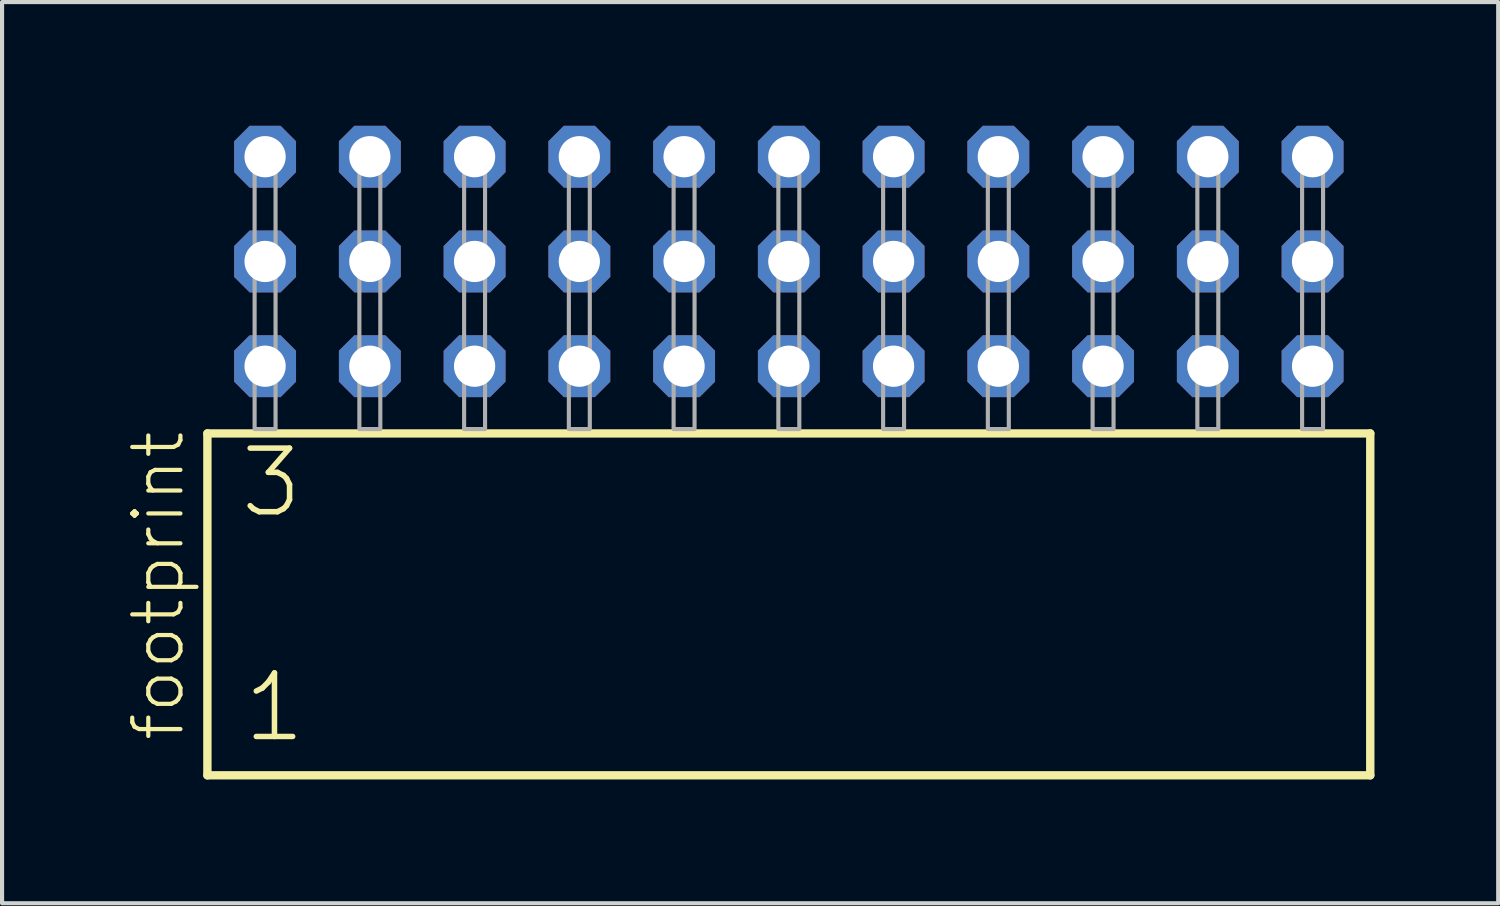
<source format=kicad_pcb>
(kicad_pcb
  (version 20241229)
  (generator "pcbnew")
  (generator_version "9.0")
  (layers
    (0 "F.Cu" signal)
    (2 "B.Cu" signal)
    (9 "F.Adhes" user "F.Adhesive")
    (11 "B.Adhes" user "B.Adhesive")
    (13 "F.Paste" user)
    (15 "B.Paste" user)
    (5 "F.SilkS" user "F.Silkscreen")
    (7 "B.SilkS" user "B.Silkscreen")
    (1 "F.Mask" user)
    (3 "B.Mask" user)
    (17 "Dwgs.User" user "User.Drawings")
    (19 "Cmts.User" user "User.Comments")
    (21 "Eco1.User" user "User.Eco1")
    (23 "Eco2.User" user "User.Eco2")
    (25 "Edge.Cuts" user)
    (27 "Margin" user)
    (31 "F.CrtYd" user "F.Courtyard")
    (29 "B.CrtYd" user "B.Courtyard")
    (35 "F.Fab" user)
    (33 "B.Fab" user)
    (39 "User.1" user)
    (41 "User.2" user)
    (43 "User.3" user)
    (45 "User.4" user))
  (footprint "footprint"
    (layer "F.Cu")
    (at 16.078 7.354)
    (property "Reference" "footprint" (at -14.605 7.62 90) (layer "F.SilkS") (effects (font (size 1.168 1.168) (thickness 0.102)) (justify left bottom)))
    (fp_line (start -14.099 0.106) (end -14.099 8.396) (stroke (width 0.203) (type solid)) (layer "F.SilkS"))
    (fp_line (start -14.099 8.396) (end 14.099 8.396) (stroke (width 0.203) (type solid)) (layer "F.SilkS"))
    (fp_line (start 14.099 0.106) (end -14.099 0.106) (stroke (width 0.203) (type solid)) (layer "F.SilkS"))
    (fp_line (start 14.099 8.396) (end 14.099 0.106) (stroke (width 0.203) (type solid)) (layer "F.SilkS"))
    (fp_poly (pts (xy -12.954 0) (xy -12.446 0) (xy -12.446 -6.858) (xy -12.954 -6.858)) (stroke (width 0.1) (type solid)) (fill no) (layer "F.Fab"))
    (fp_poly (pts (xy -10.414 0) (xy -9.906 0) (xy -9.906 -6.858) (xy -10.414 -6.858)) (stroke (width 0.1) (type solid)) (fill no) (layer "F.Fab"))
    (fp_poly (pts (xy -7.874 0) (xy -7.366 0) (xy -7.366 -6.858) (xy -7.874 -6.858)) (stroke (width 0.1) (type solid)) (fill no) (layer "F.Fab"))
    (fp_poly (pts (xy -5.334 0) (xy -4.826 0) (xy -4.826 -6.858) (xy -5.334 -6.858)) (stroke (width 0.1) (type solid)) (fill no) (layer "F.Fab"))
    (fp_poly (pts (xy -2.794 0) (xy -2.286 0) (xy -2.286 -6.858) (xy -2.794 -6.858)) (stroke (width 0.1) (type solid)) (fill no) (layer "F.Fab"))
    (fp_poly (pts (xy -0.254 0) (xy 0.254 0) (xy 0.254 -6.858) (xy -0.254 -6.858)) (stroke (width 0.1) (type solid)) (fill no) (layer "F.Fab"))
    (fp_poly (pts (xy 2.286 0) (xy 2.794 0) (xy 2.794 -6.858) (xy 2.286 -6.858)) (stroke (width 0.1) (type solid)) (fill no) (layer "F.Fab"))
    (fp_poly (pts (xy 4.826 0) (xy 5.334 0) (xy 5.334 -6.858) (xy 4.826 -6.858)) (stroke (width 0.1) (type solid)) (fill no) (layer "F.Fab"))
    (fp_poly (pts (xy 7.366 0) (xy 7.874 0) (xy 7.874 -6.858) (xy 7.366 -6.858)) (stroke (width 0.1) (type solid)) (fill no) (layer "F.Fab"))
    (fp_poly (pts (xy 9.906 0) (xy 10.414 0) (xy 10.414 -6.858) (xy 9.906 -6.858)) (stroke (width 0.1) (type solid)) (fill no) (layer "F.Fab"))
    (fp_poly (pts (xy 12.446 0) (xy 12.954 0) (xy 12.954 -6.858) (xy 12.446 -6.858)) (stroke (width 0.1) (type solid)) (fill no) (layer "F.Fab"))
    (fp_text user "3" (at -13.37 2.2 0) (layer "F.SilkS") (effects (font (size 1.542 1.542) (thickness 0.134)) (justify left bottom)))
    (fp_text user "1" (at -13.295 7.65 0) (layer "F.SilkS") (effects (font (size 1.542 1.542) (thickness 0.134)) (justify left bottom)))
    (pad "1" thru_hole roundrect (at -12.7 -1.524) (size 1.5 1.5) (drill 1) (layers "*.Cu" "*.Mask") (roundrect_rratio 0.25) (chamfer_ratio 0.25) (chamfer top_left top_right bottom_left bottom_right))
    (pad "2" thru_hole roundrect (at -12.7 -4.064) (size 1.5 1.5) (drill 1) (layers "*.Cu" "*.Mask") (roundrect_rratio 0.25) (chamfer_ratio 0.25) (chamfer top_left top_right bottom_left bottom_right))
    (pad "3" thru_hole roundrect (at -12.7 -6.604) (size 1.5 1.5) (drill 1) (layers "*.Cu" "*.Mask") (roundrect_rratio 0.25) (chamfer_ratio 0.25) (chamfer top_left top_right bottom_left bottom_right))
    (pad "4" thru_hole roundrect (at -10.16 -1.524) (size 1.5 1.5) (drill 1) (layers "*.Cu" "*.Mask") (roundrect_rratio 0.25) (chamfer_ratio 0.25) (chamfer top_left top_right bottom_left bottom_right))
    (pad "5" thru_hole roundrect (at -10.16 -4.064) (size 1.5 1.5) (drill 1) (layers "*.Cu" "*.Mask") (roundrect_rratio 0.25) (chamfer_ratio 0.25) (chamfer top_left top_right bottom_left bottom_right))
    (pad "6" thru_hole roundrect (at -10.16 -6.604) (size 1.5 1.5) (drill 1) (layers "*.Cu" "*.Mask") (roundrect_rratio 0.25) (chamfer_ratio 0.25) (chamfer top_left top_right bottom_left bottom_right))
    (pad "7" thru_hole roundrect (at -7.62 -1.524) (size 1.5 1.5) (drill 1) (layers "*.Cu" "*.Mask") (roundrect_rratio 0.25) (chamfer_ratio 0.25) (chamfer top_left top_right bottom_left bottom_right))
    (pad "8" thru_hole roundrect (at -7.62 -4.064) (size 1.5 1.5) (drill 1) (layers "*.Cu" "*.Mask") (roundrect_rratio 0.25) (chamfer_ratio 0.25) (chamfer top_left top_right bottom_left bottom_right))
    (pad "9" thru_hole roundrect (at -7.62 -6.604) (size 1.5 1.5) (drill 1) (layers "*.Cu" "*.Mask") (roundrect_rratio 0.25) (chamfer_ratio 0.25) (chamfer top_left top_right bottom_left bottom_right))
    (pad "10" thru_hole roundrect (at -5.08 -1.524) (size 1.5 1.5) (drill 1) (layers "*.Cu" "*.Mask") (roundrect_rratio 0.25) (chamfer_ratio 0.25) (chamfer top_left top_right bottom_left bottom_right))
    (pad "11" thru_hole roundrect (at -5.08 -4.064) (size 1.5 1.5) (drill 1) (layers "*.Cu" "*.Mask") (roundrect_rratio 0.25) (chamfer_ratio 0.25) (chamfer top_left top_right bottom_left bottom_right))
    (pad "12" thru_hole roundrect (at -5.08 -6.604) (size 1.5 1.5) (drill 1) (layers "*.Cu" "*.Mask") (roundrect_rratio 0.25) (chamfer_ratio 0.25) (chamfer top_left top_right bottom_left bottom_right))
    (pad "13" thru_hole roundrect (at -2.54 -1.524) (size 1.5 1.5) (drill 1) (layers "*.Cu" "*.Mask") (roundrect_rratio 0.25) (chamfer_ratio 0.25) (chamfer top_left top_right bottom_left bottom_right))
    (pad "14" thru_hole roundrect (at -2.54 -4.064) (size 1.5 1.5) (drill 1) (layers "*.Cu" "*.Mask") (roundrect_rratio 0.25) (chamfer_ratio 0.25) (chamfer top_left top_right bottom_left bottom_right))
    (pad "15" thru_hole roundrect (at -2.54 -6.604) (size 1.5 1.5) (drill 1) (layers "*.Cu" "*.Mask") (roundrect_rratio 0.25) (chamfer_ratio 0.25) (chamfer top_left top_right bottom_left bottom_right))
    (pad "16" thru_hole roundrect (at 0 -1.524) (size 1.5 1.5) (drill 1) (layers "*.Cu" "*.Mask") (roundrect_rratio 0.25) (chamfer_ratio 0.25) (chamfer top_left top_right bottom_left bottom_right))
    (pad "17" thru_hole roundrect (at 0 -4.064) (size 1.5 1.5) (drill 1) (layers "*.Cu" "*.Mask") (roundrect_rratio 0.25) (chamfer_ratio 0.25) (chamfer top_left top_right bottom_left bottom_right))
    (pad "18" thru_hole roundrect (at 0 -6.604) (size 1.5 1.5) (drill 1) (layers "*.Cu" "*.Mask") (roundrect_rratio 0.25) (chamfer_ratio 0.25) (chamfer top_left top_right bottom_left bottom_right))
    (pad "19" thru_hole roundrect (at 2.54 -1.524) (size 1.5 1.5) (drill 1) (layers "*.Cu" "*.Mask") (roundrect_rratio 0.25) (chamfer_ratio 0.25) (chamfer top_left top_right bottom_left bottom_right))
    (pad "20" thru_hole roundrect (at 2.54 -4.064) (size 1.5 1.5) (drill 1) (layers "*.Cu" "*.Mask") (roundrect_rratio 0.25) (chamfer_ratio 0.25) (chamfer top_left top_right bottom_left bottom_right))
    (pad "21" thru_hole roundrect (at 2.54 -6.604) (size 1.5 1.5) (drill 1) (layers "*.Cu" "*.Mask") (roundrect_rratio 0.25) (chamfer_ratio 0.25) (chamfer top_left top_right bottom_left bottom_right))
    (pad "22" thru_hole roundrect (at 5.08 -1.524) (size 1.5 1.5) (drill 1) (layers "*.Cu" "*.Mask") (roundrect_rratio 0.25) (chamfer_ratio 0.25) (chamfer top_left top_right bottom_left bottom_right))
    (pad "23" thru_hole roundrect (at 5.08 -4.064) (size 1.5 1.5) (drill 1) (layers "*.Cu" "*.Mask") (roundrect_rratio 0.25) (chamfer_ratio 0.25) (chamfer top_left top_right bottom_left bottom_right))
    (pad "24" thru_hole roundrect (at 5.08 -6.604) (size 1.5 1.5) (drill 1) (layers "*.Cu" "*.Mask") (roundrect_rratio 0.25) (chamfer_ratio 0.25) (chamfer top_left top_right bottom_left bottom_right))
    (pad "25" thru_hole roundrect (at 7.62 -1.524) (size 1.5 1.5) (drill 1) (layers "*.Cu" "*.Mask") (roundrect_rratio 0.25) (chamfer_ratio 0.25) (chamfer top_left top_right bottom_left bottom_right))
    (pad "26" thru_hole roundrect (at 7.62 -4.064) (size 1.5 1.5) (drill 1) (layers "*.Cu" "*.Mask") (roundrect_rratio 0.25) (chamfer_ratio 0.25) (chamfer top_left top_right bottom_left bottom_right))
    (pad "27" thru_hole roundrect (at 7.62 -6.604) (size 1.5 1.5) (drill 1) (layers "*.Cu" "*.Mask") (roundrect_rratio 0.25) (chamfer_ratio 0.25) (chamfer top_left top_right bottom_left bottom_right))
    (pad "28" thru_hole roundrect (at 10.16 -1.524) (size 1.5 1.5) (drill 1) (layers "*.Cu" "*.Mask") (roundrect_rratio 0.25) (chamfer_ratio 0.25) (chamfer top_left top_right bottom_left bottom_right))
    (pad "29" thru_hole roundrect (at 10.16 -4.064) (size 1.5 1.5) (drill 1) (layers "*.Cu" "*.Mask") (roundrect_rratio 0.25) (chamfer_ratio 0.25) (chamfer top_left top_right bottom_left bottom_right))
    (pad "30" thru_hole roundrect (at 10.16 -6.604) (size 1.5 1.5) (drill 1) (layers "*.Cu" "*.Mask") (roundrect_rratio 0.25) (chamfer_ratio 0.25) (chamfer top_left top_right bottom_left bottom_right))
    (pad "31" thru_hole roundrect (at 12.7 -1.524) (size 1.5 1.5) (drill 1) (layers "*.Cu" "*.Mask") (roundrect_rratio 0.25) (chamfer_ratio 0.25) (chamfer top_left top_right bottom_left bottom_right))
    (pad "32" thru_hole roundrect (at 12.7 -4.064) (size 1.5 1.5) (drill 1) (layers "*.Cu" "*.Mask") (roundrect_rratio 0.25) (chamfer_ratio 0.25) (chamfer top_left top_right bottom_left bottom_right))
    (pad "33" thru_hole roundrect (at 12.7 -6.604) (size 1.5 1.5) (drill 1) (layers "*.Cu" "*.Mask") (roundrect_rratio 0.25) (chamfer_ratio 0.25) (chamfer top_left top_right bottom_left bottom_right)))
  (gr_rect
    (start -3 -3)
    (end 33.279 18.852)
    (stroke (width 0.1) (type default))
    (fill no)
    (layer "Edge.Cuts")))
</source>
